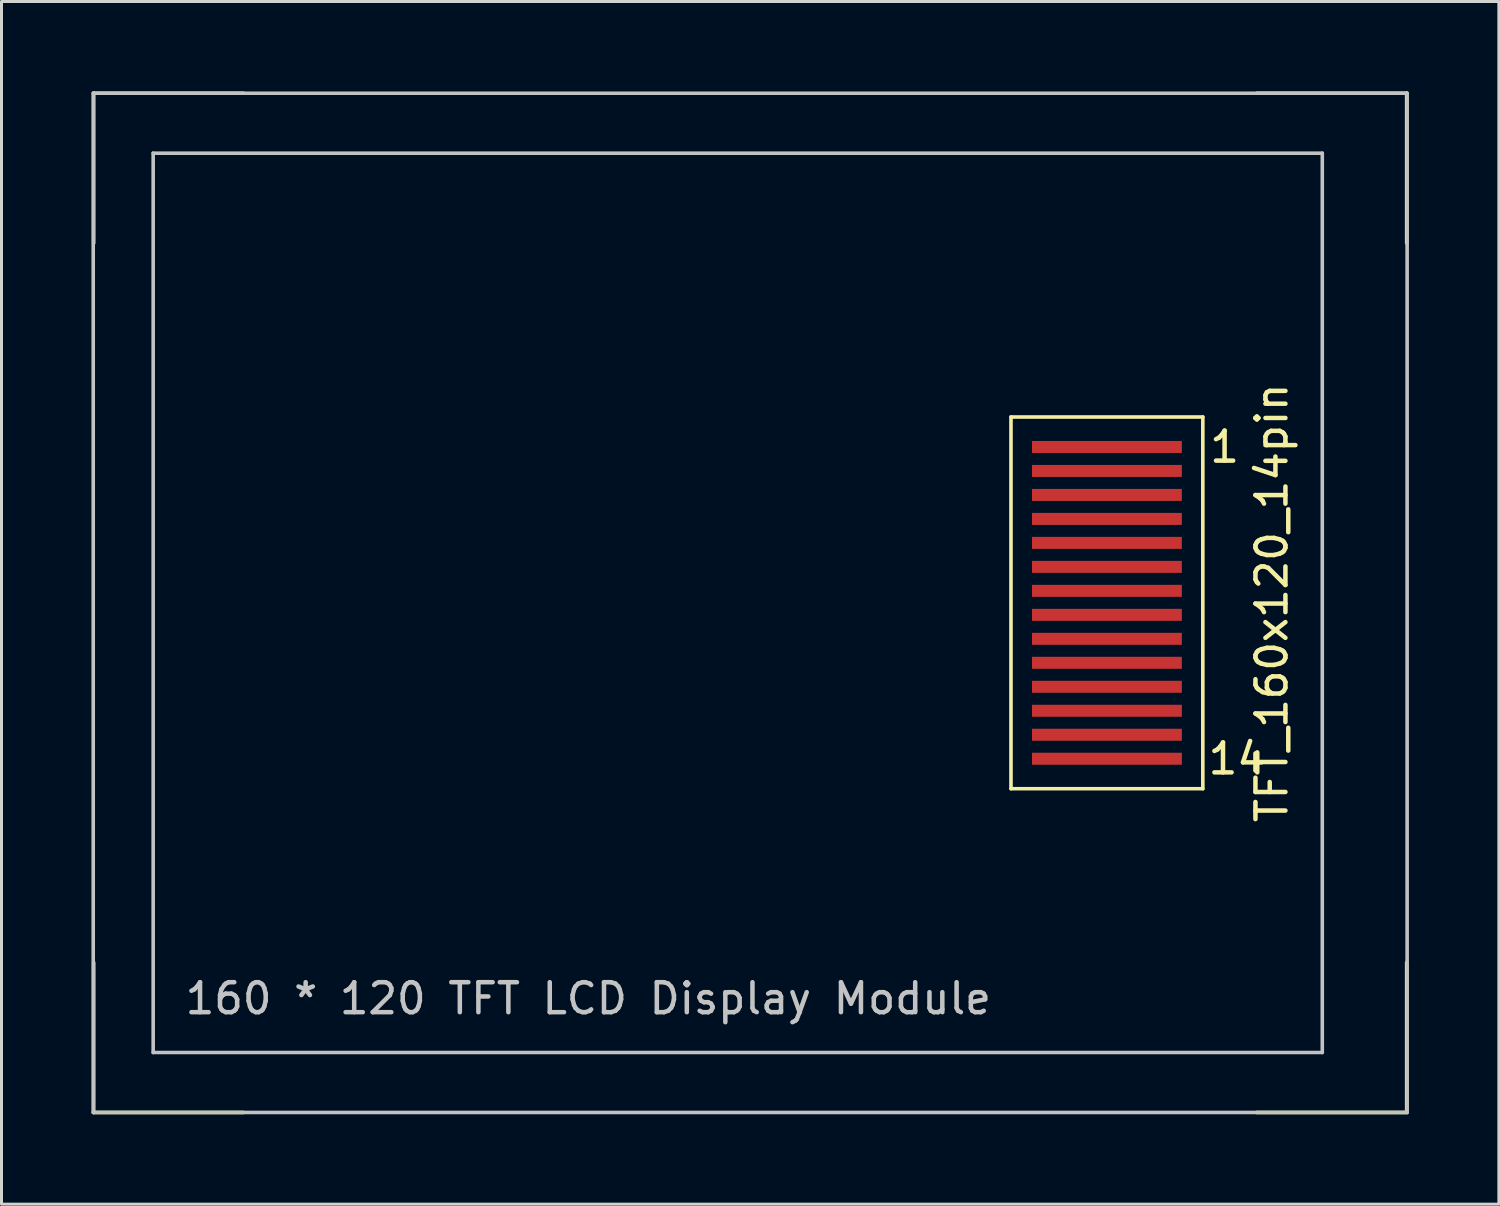
<source format=kicad_pcb>
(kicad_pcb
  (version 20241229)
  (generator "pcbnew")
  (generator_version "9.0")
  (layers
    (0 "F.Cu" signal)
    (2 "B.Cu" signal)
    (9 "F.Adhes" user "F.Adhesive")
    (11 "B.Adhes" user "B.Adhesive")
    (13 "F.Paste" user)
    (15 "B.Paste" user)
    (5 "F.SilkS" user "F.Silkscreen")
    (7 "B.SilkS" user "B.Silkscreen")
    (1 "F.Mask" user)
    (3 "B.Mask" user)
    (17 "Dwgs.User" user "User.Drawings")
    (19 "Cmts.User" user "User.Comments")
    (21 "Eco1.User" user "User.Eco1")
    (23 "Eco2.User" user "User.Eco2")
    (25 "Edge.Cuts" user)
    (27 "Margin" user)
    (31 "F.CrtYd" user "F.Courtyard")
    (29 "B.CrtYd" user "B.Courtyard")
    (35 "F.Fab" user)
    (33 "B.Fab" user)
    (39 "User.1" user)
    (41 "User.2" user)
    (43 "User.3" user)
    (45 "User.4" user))
  (footprint "TFT_160x120_14pin"
    (layer "F.Cu")
    (at 20.975 17.06)
    (property "Reference" "TFT_160x120_14pin" (at 18.4 0 90) (layer "F.SilkS") (effects (font (size 1 1) (thickness 0.15))))
    (attr smd)
    (fp_line (start -20.9 -17) (end -20.9 -12) (stroke (width 0.12) (type solid)) (layer "F.SilkS"))
    (fp_line (start -20.9 -17) (end -15.9 -17) (stroke (width 0.12) (type solid)) (layer "F.SilkS"))
    (fp_line (start -20.9 17) (end -20.9 12) (stroke (width 0.12) (type solid)) (layer "F.SilkS"))
    (fp_line (start -20.9 17) (end -15.9 17) (stroke (width 0.12) (type solid)) (layer "F.SilkS"))
    (fp_line (start 9.7 -6.2) (end 9.7 6.2) (stroke (width 0.12) (type solid)) (layer "F.SilkS"))
    (fp_line (start 9.7 -6.2) (end 16.1 -6.2) (stroke (width 0.12) (type solid)) (layer "F.SilkS"))
    (fp_line (start 9.7 6.2) (end 16.1 6.2) (stroke (width 0.12) (type solid)) (layer "F.SilkS"))
    (fp_line (start 16.1 -6.2) (end 16.1 6.2) (stroke (width 0.12) (type solid)) (layer "F.SilkS"))
    (fp_line (start 22.9 -17) (end 17.9 -17) (stroke (width 0.12) (type solid)) (layer "F.SilkS"))
    (fp_line (start 22.9 -17) (end 22.9 -12) (stroke (width 0.12) (type solid)) (layer "F.SilkS"))
    (fp_line (start 22.9 17) (end 17.9 17) (stroke (width 0.12) (type solid)) (layer "F.SilkS"))
    (fp_line (start 22.9 17) (end 22.9 12) (stroke (width 0.12) (type solid)) (layer "F.SilkS"))
    (fp_line (start -20.915 -17) (end 22.915 -17) (stroke (width 0.12) (type solid)) (layer "Dwgs.User"))
    (fp_line (start -20.915 17) (end -20.915 -17) (stroke (width 0.12) (type solid)) (layer "Dwgs.User"))
    (fp_line (start -20.915 17) (end 22.915 17) (stroke (width 0.12) (type solid)) (layer "Dwgs.User"))
    (fp_line (start -18.915 -15) (end 20.085 -15) (stroke (width 0.12) (type solid)) (layer "Dwgs.User"))
    (fp_line (start -18.915 15) (end -18.915 -15) (stroke (width 0.12) (type solid)) (layer "Dwgs.User"))
    (fp_line (start -18.915 15) (end 20.085 15) (stroke (width 0.12) (type solid)) (layer "Dwgs.User"))
    (fp_line (start 20.085 -15) (end 20.085 15) (stroke (width 0.12) (type solid)) (layer "Dwgs.User"))
    (fp_line (start 22.915 -17) (end 22.915 17) (stroke (width 0.12) (type solid)) (layer "Dwgs.User"))
    (fp_text user "14" (at 18.3 5.2 0) (layer "F.SilkS") (effects (font (size 1 1) (thickness 0.15)) (justify right)))
    (fp_text user "1" (at 17.4 -5.2 0) (layer "F.SilkS") (effects (font (size 1 1) (thickness 0.15)) (justify right)))
    (fp_text user "160 * 120 TFT LCD Display Module" (at -4.4 13.2 0) (layer "Dwgs.User") (effects (font (size 1 1) (thickness 0.15))))
    (pad "1" smd rect (at 12.9 -5.2) (size 5 0.4) (layers "F.Cu" "F.Mask" "F.Paste"))
    (pad "2" smd rect (at 12.9 -4.4) (size 5 0.4) (layers "F.Cu" "F.Mask" "F.Paste"))
    (pad "3" smd rect (at 12.9 -3.6) (size 5 0.4) (layers "F.Cu" "F.Mask" "F.Paste"))
    (pad "4" smd rect (at 12.9 -2.8) (size 5 0.4) (layers "F.Cu" "F.Mask" "F.Paste"))
    (pad "5" smd rect (at 12.9 -2) (size 5 0.4) (layers "F.Cu" "F.Mask" "F.Paste"))
    (pad "6" smd rect (at 12.9 -1.2) (size 5 0.4) (layers "F.Cu" "F.Mask" "F.Paste"))
    (pad "7" smd rect (at 12.9 -0.4) (size 5 0.4) (layers "F.Cu" "F.Mask" "F.Paste"))
    (pad "8" smd rect (at 12.9 0.4) (size 5 0.4) (layers "F.Cu" "F.Mask" "F.Paste"))
    (pad "9" smd rect (at 12.9 1.2) (size 5 0.4) (layers "F.Cu" "F.Mask" "F.Paste"))
    (pad "10" smd rect (at 12.9 2) (size 5 0.4) (layers "F.Cu" "F.Mask" "F.Paste"))
    (pad "11" smd rect (at 12.9 2.8) (size 5 0.4) (layers "F.Cu" "F.Mask" "F.Paste"))
    (pad "12" smd rect (at 12.9 3.6) (size 5 0.4) (layers "F.Cu" "F.Mask" "F.Paste"))
    (pad "13" smd rect (at 12.9 4.4) (size 5 0.4) (layers "F.Cu" "F.Mask" "F.Paste"))
    (pad "14" smd rect (at 12.9 5.2) (size 5 0.4) (layers "F.Cu" "F.Mask" "F.Paste")))
  (gr_rect
    (start -3 -3)
    (end 46.95 37.12)
    (stroke (width 0.1) (type default))
    (fill no)
    (layer "Edge.Cuts")))
</source>
